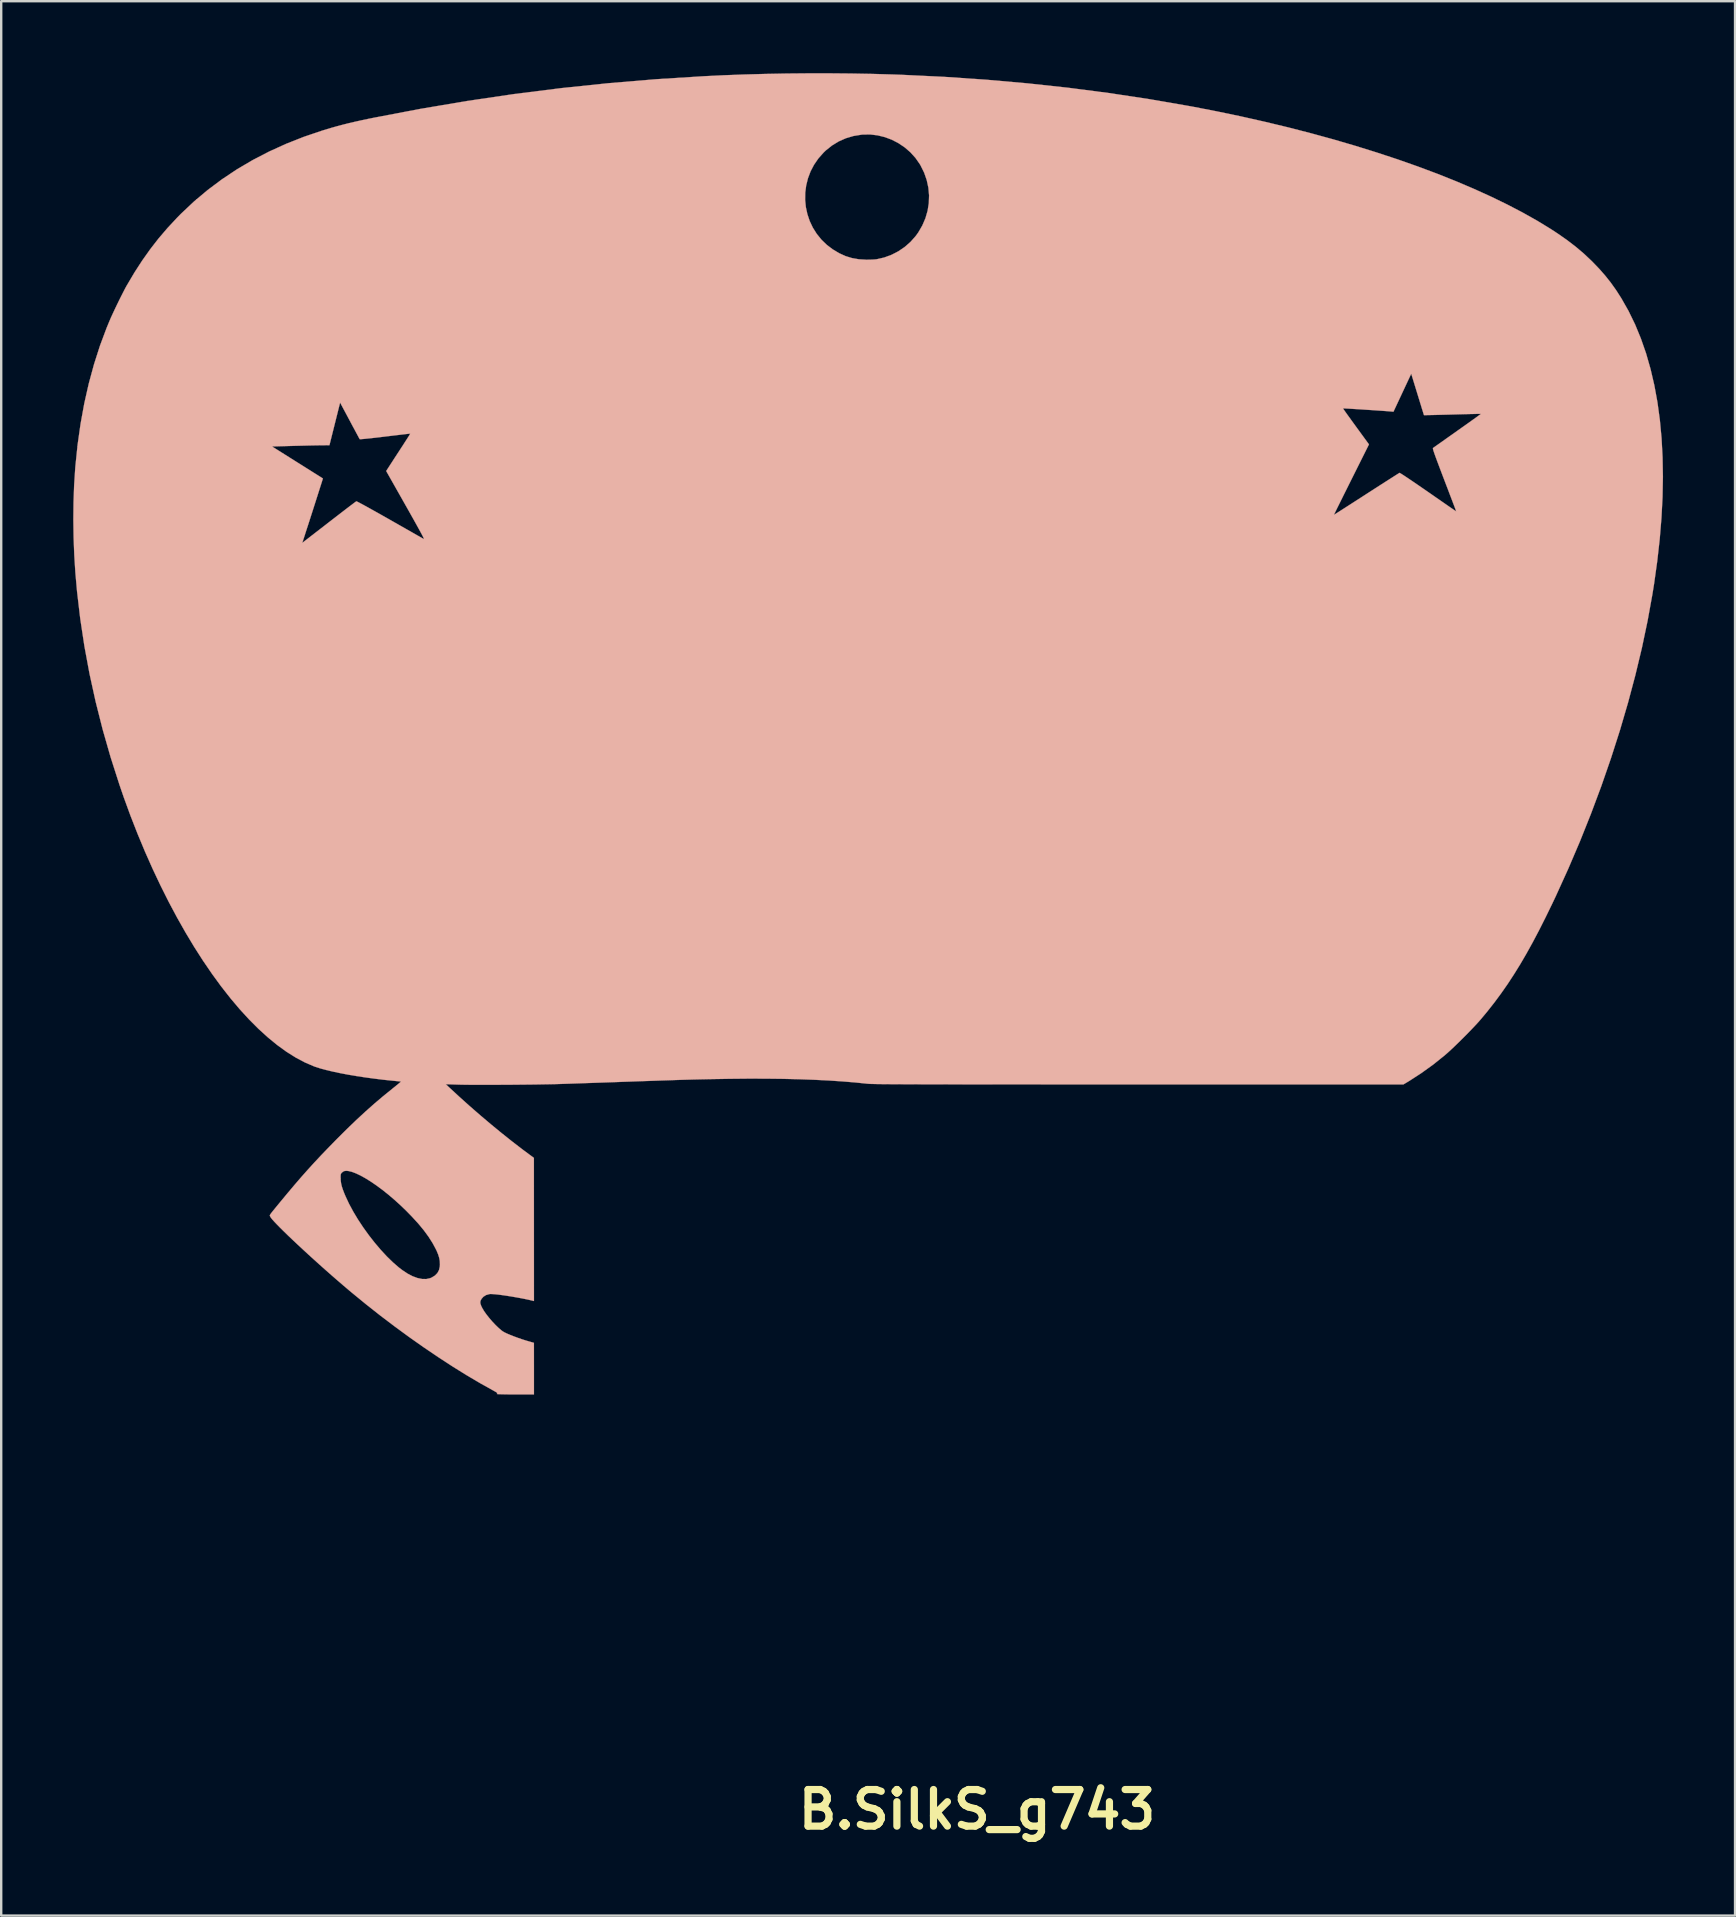
<source format=kicad_pcb>
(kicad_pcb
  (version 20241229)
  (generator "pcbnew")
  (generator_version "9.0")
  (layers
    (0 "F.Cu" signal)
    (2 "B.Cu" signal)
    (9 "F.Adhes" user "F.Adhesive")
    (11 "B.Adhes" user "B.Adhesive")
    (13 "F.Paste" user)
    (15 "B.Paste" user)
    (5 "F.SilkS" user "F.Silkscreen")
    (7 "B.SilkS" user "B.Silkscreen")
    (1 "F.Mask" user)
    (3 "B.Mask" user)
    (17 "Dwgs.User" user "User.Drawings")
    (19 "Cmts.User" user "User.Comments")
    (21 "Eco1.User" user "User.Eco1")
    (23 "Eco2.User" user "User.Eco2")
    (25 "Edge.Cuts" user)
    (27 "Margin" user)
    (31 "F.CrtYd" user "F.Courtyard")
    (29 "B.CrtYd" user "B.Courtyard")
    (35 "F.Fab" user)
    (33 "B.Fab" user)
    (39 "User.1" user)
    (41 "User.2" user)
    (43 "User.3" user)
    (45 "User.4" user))
  (footprint "B.SilkS_g743"
    (layer "F.Cu")
    (at 37.649 72.328)
    (property "Reference" "B.SilkS_g743" (at 0 0 0) (layer "F.SilkS") (effects (font (size 1.524 1.524) (thickness 0.3))))
    (attr through_hole)
    (fp_poly (pts (xy -5.232 -72.315) (xy -4.354 -72.299) (xy -3.504 -72.275) (xy -3.143 -72.262) (xy -1.371 -72.177) (xy 0.377 -72.058) (xy 2.101 -71.906) (xy 3.805 -71.722) (xy 5.491 -71.503) (xy 7.159 -71.251) (xy 8.814 -70.965) (xy 8.954 -70.94) (xy 9.98 -70.741) (xy 10.992 -70.53) (xy 11.987 -70.306) (xy 12.965 -70.071) (xy 13.922 -69.824) (xy 14.859 -69.567) (xy 15.773 -69.299) (xy 16.663 -69.022) (xy 17.527 -68.737) (xy 18.364 -68.442) (xy 19.172 -68.14) (xy 19.949 -67.83) (xy 20.694 -67.513) (xy 21.406 -67.19) (xy 22.083 -66.861) (xy 22.723 -66.527) (xy 23.325 -66.189) (xy 23.887 -65.846) (xy 24.182 -65.653) (xy 24.578 -65.377) (xy 24.94 -65.099) (xy 25.277 -64.814) (xy 25.596 -64.513) (xy 25.634 -64.475) (xy 25.915 -64.183) (xy 26.166 -63.897) (xy 26.397 -63.607) (xy 26.615 -63.301) (xy 26.829 -62.968) (xy 26.84 -62.95) (xy 27.14 -62.421) (xy 27.412 -61.862) (xy 27.655 -61.272) (xy 27.87 -60.653) (xy 28.056 -60.003) (xy 28.214 -59.325) (xy 28.343 -58.619) (xy 28.443 -57.884) (xy 28.514 -57.123) (xy 28.556 -56.334) (xy 28.57 -55.518) (xy 28.555 -54.677) (xy 28.51 -53.81) (xy 28.437 -52.919) (xy 28.334 -52.002) (xy 28.203 -51.062) (xy 28.13 -50.609) (xy 27.93 -49.507) (xy 27.694 -48.387) (xy 27.422 -47.253) (xy 27.117 -46.108) (xy 26.779 -44.955) (xy 26.408 -43.798) (xy 26.007 -42.64) (xy 25.575 -41.484) (xy 25.115 -40.332) (xy 24.627 -39.189) (xy 24.112 -38.056) (xy 23.962 -37.74) (xy 23.682 -37.165) (xy 23.411 -36.627) (xy 23.145 -36.124) (xy 22.883 -35.651) (xy 22.623 -35.205) (xy 22.361 -34.783) (xy 22.097 -34.38) (xy 21.828 -33.995) (xy 21.552 -33.622) (xy 21.267 -33.259) (xy 20.98 -32.914) (xy 20.869 -32.788) (xy 20.733 -32.641) (xy 20.579 -32.479) (xy 20.412 -32.307) (xy 20.238 -32.132) (xy 20.063 -31.959) (xy 19.893 -31.794) (xy 19.734 -31.644) (xy 19.591 -31.514) (xy 19.473 -31.411) (xy 18.995 -31.028) (xy 18.502 -30.674) (xy 18.007 -30.353) (xy 17.977 -30.335) (xy 17.76 -30.205) (xy 6.726 -30.205) (xy 5.897 -30.205) (xy 5.109 -30.205) (xy 4.361 -30.205) (xy 3.652 -30.205) (xy 2.981 -30.205) (xy 2.348 -30.206) (xy 1.75 -30.206) (xy 1.188 -30.206) (xy 0.659 -30.206) (xy 0.164 -30.207) (xy -0.3 -30.207) (xy -0.733 -30.208) (xy -1.136 -30.208) (xy -1.511 -30.209) (xy -1.857 -30.209) (xy -2.178 -30.21) (xy -2.472 -30.211) (xy -2.742 -30.212) (xy -2.989 -30.213) (xy -3.213 -30.214) (xy -3.416 -30.215) (xy -3.598 -30.216) (xy -3.761 -30.217) (xy -3.906 -30.218) (xy -4.034 -30.22) (xy -4.145 -30.221) (xy -4.242 -30.223) (xy -4.324 -30.225) (xy -4.394 -30.226) (xy -4.451 -30.228) (xy -4.498 -30.23) (xy -4.534 -30.233) (xy -4.562 -30.235) (xy -4.572 -30.236) (xy -5.065 -30.287) (xy -5.598 -30.331) (xy -6.167 -30.369) (xy -6.771 -30.399) (xy -7.407 -30.422) (xy -8.072 -30.438) (xy -8.764 -30.446) (xy -9.481 -30.448) (xy -10.22 -30.441) (xy -10.446 -30.438) (xy -10.654 -30.434) (xy -10.846 -30.431) (xy -11.026 -30.428) (xy -11.197 -30.425) (xy -11.362 -30.421) (xy -11.525 -30.418) (xy -11.688 -30.414) (xy -11.854 -30.41) (xy -12.028 -30.405) (xy -12.212 -30.4) (xy -12.41 -30.394) (xy -12.624 -30.387) (xy -12.858 -30.379) (xy -13.114 -30.371) (xy -13.397 -30.361) (xy -13.71 -30.35) (xy -14.055 -30.339) (xy -14.436 -30.325) (xy -14.856 -30.311) (xy -14.859 -30.31) (xy -15.151 -30.3) (xy -15.445 -30.29) (xy -15.737 -30.28) (xy -16.022 -30.27) (xy -16.296 -30.261) (xy -16.552 -30.252) (xy -16.786 -30.244) (xy -16.994 -30.237) (xy -17.17 -30.231) (xy -17.31 -30.227) (xy -17.335 -30.226) (xy -17.526 -30.22) (xy -17.748 -30.215) (xy -17.996 -30.211) (xy -18.266 -30.206) (xy -18.553 -30.202) (xy -18.852 -30.199) (xy -19.159 -30.196) (xy -19.468 -30.193) (xy -19.776 -30.192) (xy -20.078 -30.19) (xy -20.368 -30.189) (xy -20.643 -30.189) (xy -20.897 -30.19) (xy -21.126 -30.191) (xy -21.325 -30.193) (xy -21.49 -30.196) (xy -21.579 -30.198) (xy -22.13 -30.215) (xy -21.982 -30.076) (xy -21.571 -29.696) (xy -21.142 -29.311) (xy -20.7 -28.926) (xy -20.252 -28.547) (xy -19.806 -28.18) (xy -19.367 -27.831) (xy -18.944 -27.505) (xy -18.675 -27.305) (xy -18.459 -27.146) (xy -18.457 -21.183) (xy -18.509 -21.196) (xy -18.664 -21.233) (xy -18.838 -21.27) (xy -19.024 -21.306) (xy -19.217 -21.341) (xy -19.411 -21.374) (xy -19.601 -21.404) (xy -19.781 -21.43) (xy -19.944 -21.451) (xy -20.087 -21.466) (xy -20.201 -21.474) (xy -20.283 -21.475) (xy -20.308 -21.473) (xy -20.45 -21.433) (xy -20.564 -21.361) (xy -20.638 -21.276) (xy -20.677 -21.207) (xy -20.693 -21.142) (xy -20.686 -21.072) (xy -20.656 -20.985) (xy -20.615 -20.9) (xy -20.542 -20.774) (xy -20.442 -20.631) (xy -20.323 -20.481) (xy -20.193 -20.329) (xy -20.058 -20.186) (xy -19.926 -20.059) (xy -19.804 -19.955) (xy -19.742 -19.911) (xy -19.671 -19.871) (xy -19.567 -19.822) (xy -19.437 -19.767) (xy -19.288 -19.709) (xy -19.128 -19.65) (xy -18.964 -19.593) (xy -18.803 -19.542) (xy -18.706 -19.513) (xy -18.458 -19.442) (xy -18.457 -18.367) (xy -18.457 -17.293) (xy -19.23 -17.293) (xy -19.423 -17.294) (xy -19.595 -17.295) (xy -19.741 -17.298) (xy -19.858 -17.301) (xy -19.943 -17.305) (xy -19.992 -17.309) (xy -20.003 -17.313) (xy -19.986 -17.336) (xy -19.977 -17.34) (xy -19.985 -17.353) (xy -20.023 -17.381) (xy -20.086 -17.419) (xy -20.163 -17.462) (xy -20.708 -17.766) (xy -21.275 -18.101) (xy -21.858 -18.464) (xy -22.454 -18.852) (xy -23.057 -19.261) (xy -23.664 -19.689) (xy -24.269 -20.132) (xy -24.87 -20.588) (xy -25.46 -21.054) (xy -26.036 -21.526) (xy -26.173 -21.64) (xy -26.409 -21.841) (xy -26.651 -22.05) (xy -26.897 -22.264) (xy -27.143 -22.481) (xy -27.388 -22.699) (xy -27.629 -22.917) (xy -27.865 -23.131) (xy -28.092 -23.341) (xy -28.31 -23.543) (xy -28.515 -23.736) (xy -28.706 -23.918) (xy -28.879 -24.087) (xy -29.034 -24.24) (xy -29.167 -24.376) (xy -29.277 -24.492) (xy -29.361 -24.586) (xy -29.417 -24.657) (xy -29.441 -24.697) (xy -29.45 -24.715) (xy -29.457 -24.729) (xy -29.46 -24.743) (xy -29.456 -24.761) (xy -29.444 -24.786) (xy -29.42 -24.821) (xy -29.382 -24.871) (xy -29.329 -24.938) (xy -29.256 -25.027) (xy -29.163 -25.141) (xy -29.046 -25.283) (xy -29.011 -25.326) (xy -28.709 -25.69) (xy -28.425 -26.027) (xy -28.185 -26.305) (xy -26.51 -26.305) (xy -26.51 -26.296) (xy -26.504 -26.185) (xy -26.489 -26.077) (xy -26.462 -25.962) (xy -26.42 -25.832) (xy -26.362 -25.68) (xy -26.307 -25.549) (xy -26.16 -25.234) (xy -25.985 -24.909) (xy -25.787 -24.579) (xy -25.569 -24.249) (xy -25.336 -23.926) (xy -25.092 -23.614) (xy -24.841 -23.318) (xy -24.587 -23.043) (xy -24.333 -22.796) (xy -24.085 -22.581) (xy -23.942 -22.472) (xy -23.723 -22.326) (xy -23.511 -22.216) (xy -23.309 -22.141) (xy -23.119 -22.102) (xy -22.943 -22.099) (xy -22.783 -22.134) (xy -22.722 -22.159) (xy -22.582 -22.244) (xy -22.479 -22.349) (xy -22.412 -22.475) (xy -22.378 -22.625) (xy -22.374 -22.713) (xy -22.38 -22.851) (xy -22.404 -22.983) (xy -22.447 -23.122) (xy -22.512 -23.279) (xy -22.54 -23.336) (xy -22.677 -23.593) (xy -22.844 -23.856) (xy -23.042 -24.127) (xy -23.274 -24.408) (xy -23.542 -24.701) (xy -23.78 -24.945) (xy -24.026 -25.181) (xy -24.275 -25.406) (xy -24.524 -25.618) (xy -24.771 -25.815) (xy -25.013 -25.994) (xy -25.247 -26.154) (xy -25.469 -26.293) (xy -25.678 -26.409) (xy -25.869 -26.5) (xy -26.041 -26.565) (xy -26.189 -26.6) (xy -26.271 -26.607) (xy -26.346 -26.6) (xy -26.402 -26.576) (xy -26.442 -26.545) (xy -26.475 -26.514) (xy -26.495 -26.485) (xy -26.506 -26.448) (xy -26.51 -26.392) (xy -26.51 -26.305) (xy -28.185 -26.305) (xy -28.152 -26.344) (xy -27.882 -26.648) (xy -27.61 -26.947) (xy -27.329 -27.248) (xy -27.031 -27.558) (xy -26.711 -27.886) (xy -26.65 -27.947) (xy -26.247 -28.349) (xy -25.861 -28.72) (xy -25.486 -29.067) (xy -25.116 -29.396) (xy -24.745 -29.711) (xy -24.366 -30.018) (xy -24.348 -30.033) (xy -24.243 -30.117) (xy -24.151 -30.191) (xy -24.077 -30.253) (xy -24.025 -30.298) (xy -24 -30.322) (xy -23.999 -30.325) (xy -24.024 -30.329) (xy -24.084 -30.335) (xy -24.171 -30.344) (xy -24.279 -30.355) (xy -24.363 -30.363) (xy -24.747 -30.403) (xy -25.127 -30.45) (xy -25.5 -30.501) (xy -25.862 -30.556) (xy -26.208 -30.615) (xy -26.534 -30.677) (xy -26.836 -30.741) (xy -27.11 -30.806) (xy -27.351 -30.871) (xy -27.555 -30.936) (xy -27.612 -30.956) (xy -27.994 -31.12) (xy -28.379 -31.324) (xy -28.766 -31.567) (xy -29.156 -31.85) (xy -29.546 -32.17) (xy -29.937 -32.526) (xy -30.327 -32.917) (xy -30.716 -33.342) (xy -31.102 -33.799) (xy -31.486 -34.289) (xy -31.865 -34.808) (xy -32.24 -35.357) (xy -32.609 -35.933) (xy -32.972 -36.537) (xy -33.328 -37.166) (xy -33.676 -37.819) (xy -34.015 -38.496) (xy -34.345 -39.195) (xy -34.664 -39.914) (xy -34.972 -40.654) (xy -35.268 -41.411) (xy -35.551 -42.187) (xy -35.72 -42.679) (xy -36.09 -43.832) (xy -36.421 -44.988) (xy -36.714 -46.146) (xy -36.968 -47.302) (xy -37.182 -48.455) (xy -37.356 -49.603) (xy -37.49 -50.744) (xy -37.559 -51.52) (xy -37.605 -52.251) (xy -37.633 -52.991) (xy -37.644 -53.729) (xy -37.636 -54.458) (xy -37.611 -55.168) (xy -37.567 -55.849) (xy -37.559 -55.954) (xy -37.474 -56.78) (xy -29.367 -56.78) (xy -28.31 -56.115) (xy -28.118 -55.995) (xy -27.938 -55.881) (xy -27.772 -55.777) (xy -27.623 -55.683) (xy -27.495 -55.603) (xy -27.39 -55.537) (xy -27.312 -55.488) (xy -27.263 -55.457) (xy -27.248 -55.447) (xy -27.254 -55.428) (xy -27.271 -55.372) (xy -27.299 -55.283) (xy -27.336 -55.167) (xy -27.381 -55.027) (xy -27.432 -54.866) (xy -27.488 -54.69) (xy -27.548 -54.502) (xy -27.611 -54.305) (xy -27.675 -54.105) (xy -27.739 -53.906) (xy -27.802 -53.71) (xy -27.862 -53.523) (xy -27.919 -53.349) (xy -27.97 -53.191) (xy -28.014 -53.053) (xy -28.051 -52.94) (xy -28.078 -52.856) (xy -28.095 -52.804) (xy -28.1 -52.792) (xy -28.101 -52.774) (xy -28.083 -52.783) (xy -28.062 -52.8) (xy -28.011 -52.84) (xy -27.931 -52.901) (xy -27.827 -52.982) (xy -27.701 -53.08) (xy -27.556 -53.192) (xy -27.394 -53.317) (xy -27.219 -53.452) (xy -27.034 -53.596) (xy -26.971 -53.645) (xy -26.783 -53.79) (xy -26.604 -53.928) (xy -26.438 -54.056) (xy -26.287 -54.172) (xy -26.154 -54.274) (xy -26.041 -54.359) (xy -25.953 -54.426) (xy -25.891 -54.471) (xy -25.859 -54.494) (xy -25.856 -54.496) (xy -25.833 -54.488) (xy -25.776 -54.46) (xy -25.688 -54.414) (xy -25.572 -54.352) (xy -25.431 -54.275) (xy -25.268 -54.184) (xy -25.085 -54.082) (xy -24.885 -53.97) (xy -24.671 -53.849) (xy -24.454 -53.726) (xy -24.232 -53.599) (xy -24.019 -53.478) (xy -23.82 -53.365) (xy -23.636 -53.26) (xy -23.472 -53.167) (xy -23.329 -53.085) (xy -23.211 -53.019) (xy -23.121 -52.968) (xy -23.062 -52.934) (xy -23.037 -52.92) (xy -23.038 -52.933) (xy -23.06 -52.983) (xy -23.103 -53.068) (xy -23.167 -53.189) (xy -23.253 -53.346) (xy -23.359 -53.538) (xy -23.486 -53.766) (xy -23.58 -53.933) (xy 14.867 -53.933) (xy 14.886 -53.944) (xy 14.937 -53.976) (xy 15.019 -54.028) (xy 15.128 -54.097) (xy 15.261 -54.183) (xy 15.416 -54.282) (xy 15.59 -54.394) (xy 15.781 -54.517) (xy 15.985 -54.648) (xy 16.199 -54.786) (xy 16.223 -54.802) (xy 16.44 -54.941) (xy 16.646 -55.074) (xy 16.839 -55.198) (xy 17.017 -55.312) (xy 17.177 -55.414) (xy 17.315 -55.502) (xy 17.429 -55.575) (xy 17.516 -55.63) (xy 17.573 -55.666) (xy 17.598 -55.681) (xy 17.599 -55.681) (xy 17.621 -55.671) (xy 17.674 -55.639) (xy 17.756 -55.587) (xy 17.864 -55.516) (xy 17.994 -55.429) (xy 18.144 -55.328) (xy 18.311 -55.214) (xy 18.491 -55.09) (xy 18.683 -54.958) (xy 18.735 -54.922) (xy 18.93 -54.787) (xy 19.115 -54.658) (xy 19.289 -54.538) (xy 19.447 -54.428) (xy 19.587 -54.331) (xy 19.705 -54.249) (xy 19.799 -54.185) (xy 19.864 -54.14) (xy 19.899 -54.116) (xy 19.902 -54.114) (xy 19.961 -54.075) (xy 19.899 -54.242) (xy 19.88 -54.293) (xy 19.847 -54.379) (xy 19.803 -54.496) (xy 19.748 -54.64) (xy 19.684 -54.807) (xy 19.614 -54.993) (xy 19.537 -55.193) (xy 19.457 -55.403) (xy 19.4 -55.552) (xy 19.306 -55.8) (xy 19.226 -56.012) (xy 19.159 -56.19) (xy 19.105 -56.337) (xy 19.062 -56.455) (xy 19.031 -56.547) (xy 19.008 -56.616) (xy 18.995 -56.665) (xy 18.99 -56.696) (xy 18.991 -56.713) (xy 18.993 -56.716) (xy 19.016 -56.732) (xy 19.069 -56.77) (xy 19.151 -56.828) (xy 19.258 -56.903) (xy 19.387 -56.994) (xy 19.534 -57.099) (xy 19.697 -57.214) (xy 19.872 -57.337) (xy 20.009 -57.435) (xy 20.19 -57.563) (xy 20.36 -57.683) (xy 20.516 -57.794) (xy 20.655 -57.894) (xy 20.774 -57.979) (xy 20.87 -58.049) (xy 20.94 -58.1) (xy 20.98 -58.13) (xy 20.99 -58.138) (xy 20.968 -58.139) (xy 20.908 -58.138) (xy 20.813 -58.137) (xy 20.687 -58.134) (xy 20.534 -58.131) (xy 20.358 -58.127) (xy 20.163 -58.122) (xy 19.952 -58.116) (xy 19.802 -58.112) (xy 19.583 -58.106) (xy 19.377 -58.101) (xy 19.188 -58.096) (xy 19.019 -58.092) (xy 18.875 -58.089) (xy 18.759 -58.087) (xy 18.675 -58.085) (xy 18.627 -58.085) (xy 18.617 -58.086) (xy 18.61 -58.107) (xy 18.592 -58.164) (xy 18.565 -58.253) (xy 18.528 -58.37) (xy 18.485 -58.511) (xy 18.436 -58.671) (xy 18.382 -58.847) (xy 18.35 -58.951) (xy 18.086 -59.81) (xy 17.716 -59.019) (xy 17.346 -58.228) (xy 17.209 -58.241) (xy 17.14 -58.246) (xy 17.04 -58.254) (xy 16.915 -58.263) (xy 16.769 -58.273) (xy 16.608 -58.284) (xy 16.436 -58.296) (xy 16.259 -58.307) (xy 16.081 -58.319) (xy 15.908 -58.33) (xy 15.745 -58.34) (xy 15.596 -58.349) (xy 15.467 -58.357) (xy 15.363 -58.362) (xy 15.288 -58.366) (xy 15.249 -58.367) (xy 15.244 -58.367) (xy 15.254 -58.349) (xy 15.287 -58.301) (xy 15.34 -58.225) (xy 15.411 -58.125) (xy 15.497 -58.006) (xy 15.595 -57.87) (xy 15.704 -57.72) (xy 15.781 -57.614) (xy 16.326 -56.867) (xy 15.593 -55.4) (xy 15.477 -55.168) (xy 15.367 -54.947) (xy 15.264 -54.741) (xy 15.17 -54.551) (xy 15.086 -54.382) (xy 15.013 -54.235) (xy 14.954 -54.114) (xy 14.909 -54.022) (xy 14.879 -53.96) (xy 14.867 -53.934) (xy 14.867 -53.933) (xy -23.58 -53.933) (xy -23.633 -54.028) (xy -23.801 -54.325) (xy -23.802 -54.327) (xy -24.612 -55.758) (xy -24.419 -56.056) (xy -24.351 -56.16) (xy -24.267 -56.291) (xy -24.171 -56.438) (xy -24.07 -56.593) (xy -23.971 -56.746) (xy -23.915 -56.831) (xy -23.834 -56.958) (xy -23.76 -57.072) (xy -23.698 -57.169) (xy -23.651 -57.245) (xy -23.621 -57.295) (xy -23.611 -57.314) (xy -23.611 -57.315) (xy -23.632 -57.313) (xy -23.691 -57.307) (xy -23.785 -57.297) (xy -23.908 -57.283) (xy -24.057 -57.265) (xy -24.229 -57.245) (xy -24.418 -57.222) (xy -24.621 -57.198) (xy -24.66 -57.193) (xy -24.875 -57.167) (xy -25.073 -57.144) (xy -25.252 -57.124) (xy -25.406 -57.108) (xy -25.534 -57.095) (xy -25.631 -57.087) (xy -25.693 -57.083) (xy -25.716 -57.085) (xy -25.716 -57.085) (xy -25.729 -57.107) (xy -25.759 -57.163) (xy -25.804 -57.247) (xy -25.863 -57.357) (xy -25.933 -57.488) (xy -26.013 -57.636) (xy -26.099 -57.797) (xy -26.13 -57.856) (xy -26.532 -58.608) (xy -26.754 -57.72) (xy -26.976 -56.833) (xy -27.305 -56.83) (xy -27.401 -56.829) (xy -27.532 -56.827) (xy -27.692 -56.824) (xy -27.873 -56.82) (xy -28.069 -56.815) (xy -28.272 -56.81) (xy -28.476 -56.805) (xy -28.5 -56.804) (xy -29.367 -56.78) (xy -37.474 -56.78) (xy -37.467 -56.85) (xy -37.343 -57.724) (xy -37.188 -58.575) (xy -37.001 -59.402) (xy -36.783 -60.203) (xy -36.535 -60.978) (xy -36.256 -61.724) (xy -36.137 -62.011) (xy -36.079 -62.146) (xy -36.006 -62.305) (xy -35.924 -62.481) (xy -35.835 -62.667) (xy -35.744 -62.854) (xy -35.654 -63.035) (xy -35.569 -63.202) (xy -35.494 -63.348) (xy -35.431 -63.464) (xy -35.42 -63.483) (xy -35.102 -64.021) (xy -34.777 -64.523) (xy -34.442 -64.996) (xy -34.091 -65.448) (xy -33.719 -65.883) (xy -33.321 -66.31) (xy -33.159 -66.475) (xy -32.619 -66.984) (xy -32.538 -67.052) (xy -7.161 -67.052) (xy -7.131 -66.752) (xy -7.067 -66.457) (xy -6.97 -66.17) (xy -6.84 -65.895) (xy -6.677 -65.636) (xy -6.481 -65.394) (xy -6.254 -65.175) (xy -6.011 -64.991) (xy -5.745 -64.832) (xy -5.481 -64.711) (xy -5.21 -64.628) (xy -4.925 -64.578) (xy -4.618 -64.56) (xy -4.604 -64.56) (xy -4.482 -64.561) (xy -4.363 -64.565) (xy -4.26 -64.571) (xy -4.184 -64.579) (xy -4.177 -64.58) (xy -3.864 -64.652) (xy -3.563 -64.763) (xy -3.278 -64.91) (xy -3.012 -65.091) (xy -2.771 -65.303) (xy -2.558 -65.543) (xy -2.448 -65.695) (xy -2.279 -65.986) (xy -2.149 -66.289) (xy -2.059 -66.601) (xy -2.009 -66.919) (xy -1.998 -67.24) (xy -2.027 -67.56) (xy -2.096 -67.877) (xy -2.204 -68.187) (xy -2.352 -68.486) (xy -2.385 -68.542) (xy -2.565 -68.8) (xy -2.775 -69.033) (xy -3.012 -69.238) (xy -3.271 -69.413) (xy -3.548 -69.557) (xy -3.84 -69.666) (xy -4.142 -69.74) (xy -4.449 -69.777) (xy -4.759 -69.773) (xy -4.813 -69.768) (xy -5.144 -69.714) (xy -5.46 -69.621) (xy -5.758 -69.49) (xy -6.037 -69.321) (xy -6.296 -69.115) (xy -6.394 -69.021) (xy -6.61 -68.777) (xy -6.79 -68.515) (xy -6.935 -68.239) (xy -7.043 -67.951) (xy -7.117 -67.655) (xy -7.156 -67.355) (xy -7.161 -67.052) (xy -32.538 -67.052) (xy -32.05 -67.462) (xy -31.453 -67.909) (xy -30.827 -68.326) (xy -30.172 -68.711) (xy -29.489 -69.065) (xy -28.778 -69.388) (xy -28.038 -69.68) (xy -27.271 -69.94) (xy -26.903 -70.051) (xy -26.662 -70.119) (xy -26.425 -70.182) (xy -26.184 -70.243) (xy -25.931 -70.302) (xy -25.658 -70.363) (xy -25.357 -70.427) (xy -25.125 -70.474) (xy -23.188 -70.843) (xy -21.24 -71.172) (xy -19.281 -71.461) (xy -17.314 -71.708) (xy -15.339 -71.914) (xy -13.358 -72.079) (xy -11.372 -72.203) (xy -10.573 -72.242) (xy -9.721 -72.274) (xy -8.841 -72.298) (xy -7.943 -72.315) (xy -7.036 -72.323) (xy -6.129 -72.323) (xy -5.232 -72.315)) (stroke (width 0.01) (type solid)) (fill yes) (layer "B.SilkS")))
  (gr_rect
    (start -3 -3)
    (end 69.224 76.746)
    (stroke (width 0.1) (type default))
    (fill no)
    (layer "Edge.Cuts")))
</source>
